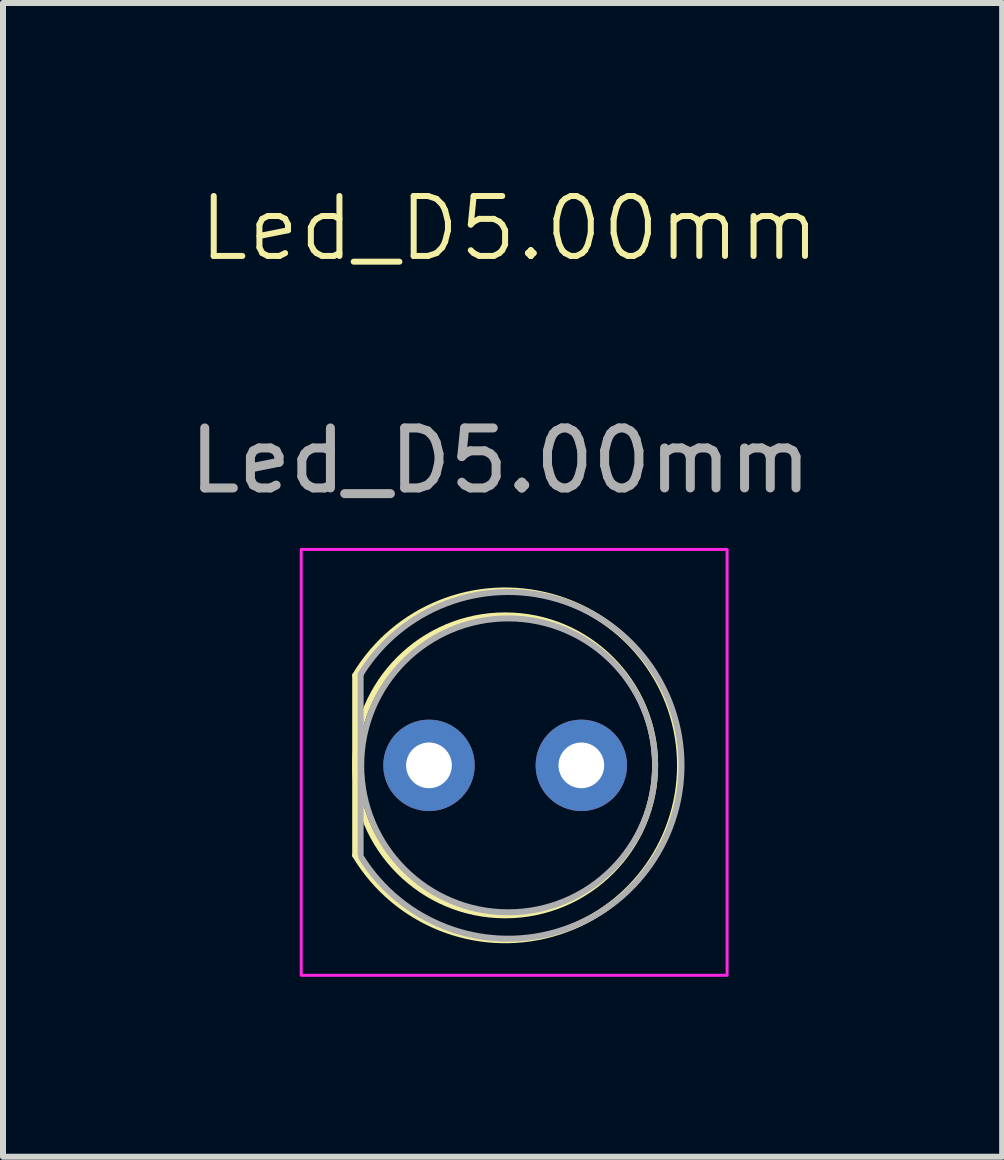
<source format=kicad_pcb>
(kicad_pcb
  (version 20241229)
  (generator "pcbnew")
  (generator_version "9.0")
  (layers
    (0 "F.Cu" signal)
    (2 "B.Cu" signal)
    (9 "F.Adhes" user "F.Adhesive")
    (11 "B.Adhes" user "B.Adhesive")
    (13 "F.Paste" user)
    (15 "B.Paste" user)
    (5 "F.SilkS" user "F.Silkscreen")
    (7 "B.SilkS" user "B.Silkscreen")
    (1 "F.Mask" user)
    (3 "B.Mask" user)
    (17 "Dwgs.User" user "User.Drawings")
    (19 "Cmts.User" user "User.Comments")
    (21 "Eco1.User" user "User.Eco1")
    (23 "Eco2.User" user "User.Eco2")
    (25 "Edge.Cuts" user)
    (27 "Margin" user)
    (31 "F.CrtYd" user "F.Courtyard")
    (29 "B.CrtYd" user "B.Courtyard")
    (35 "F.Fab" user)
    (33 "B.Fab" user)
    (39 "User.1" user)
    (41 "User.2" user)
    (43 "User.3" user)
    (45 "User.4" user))
  (footprint "Led_D5.00mm"
    (layer "F.Cu")
    (at 5.372 9.71)
    (property "Reference" "Led_D5.00mm" (at 0.07 -8.95 0) (unlocked yes) (layer "F.SilkS") (effects (font (size 1 1) (thickness 0.1))))
    (attr through_hole)
    (fp_line (start -2.5 1.5) (end -2.5 -1.5) (stroke (width 0.1) (type default)) (layer "F.SilkS"))
    (fp_arc (start -2.499999 -1.5) (mid 2.915475 0) (end -2.499999 1.5) (stroke (width 0.1) (type default)) (layer "F.SilkS"))
    (fp_circle (center 0 0) (end -2.5 0) (stroke (width 0.1) (type default)) (fill no) (layer "F.SilkS"))
    (fp_rect (start -3.4 -3.6) (end 3.7 3.5) (stroke (width 0.05) (type default)) (fill no) (layer "F.CrtYd"))
    (fp_line (start -2.41 1.48) (end -2.41 -1.52) (stroke (width 0.1) (type default)) (layer "F.Fab"))
    (fp_arc (start -2.400731 -1.531707) (mid 2.940017 0) (end -2.400731 1.531707) (stroke (width 0.1) (type default)) (layer "F.Fab"))
    (fp_circle (center 0.05 0) (end 2.5 0) (stroke (width 0.1) (type default)) (fill no) (layer "F.Fab"))
    (fp_text user "${REFERENCE}" (at -0.08 -5.08 0) (unlocked yes) (layer "F.Fab") (effects (font (size 1 1) (thickness 0.15))))
    (pad "1" thru_hole circle (at -1.27 0) (size 1.524 1.524) (drill 0.762) (layers "*.Cu" "*.Mask"))
    (pad "2" thru_hole circle (at 1.27 0) (size 1.524 1.524) (drill 0.762) (layers "*.Cu" "*.Mask")))
  (gr_rect
    (start -3 -3)
    (end 13.658 16.235)
    (stroke (width 0.1) (type default))
    (fill no)
    (layer "Edge.Cuts")))
</source>
